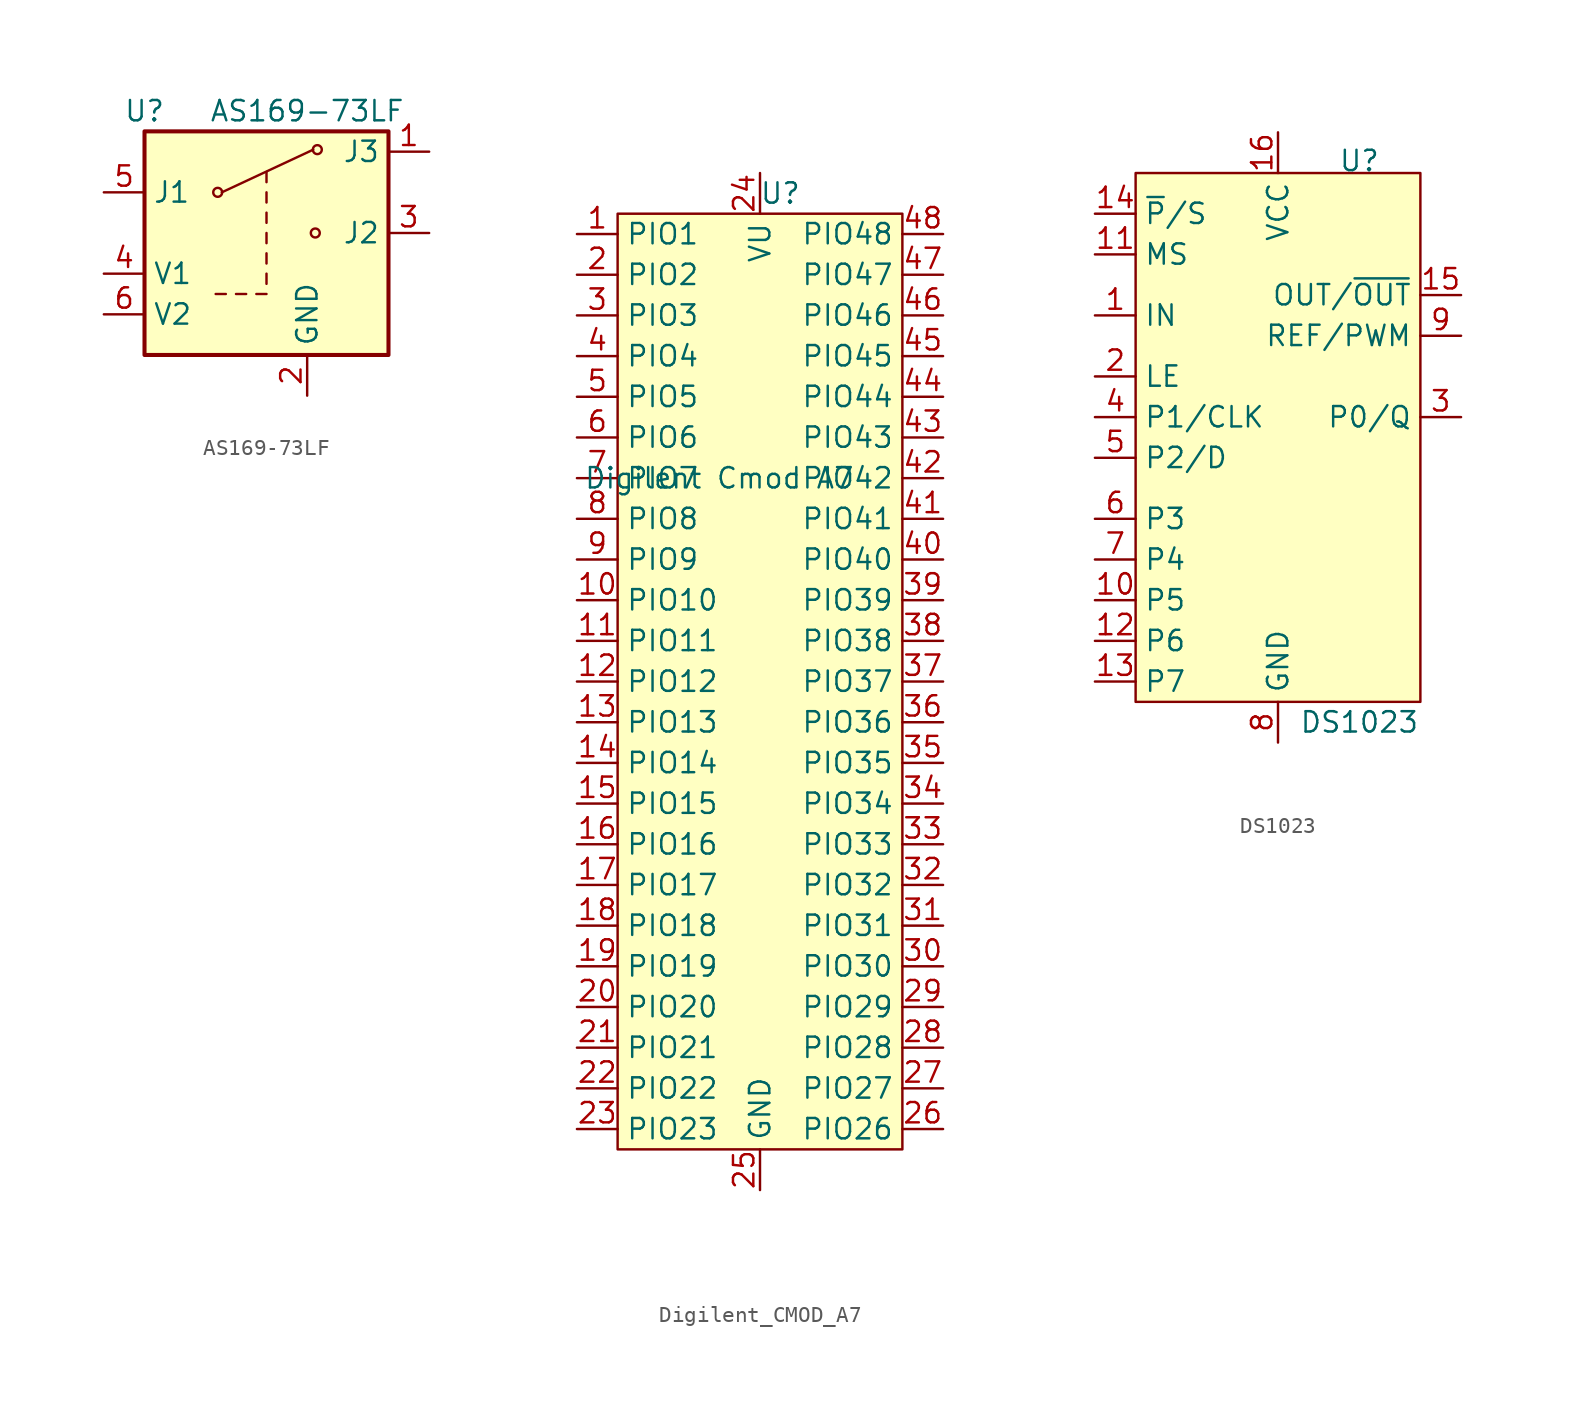
<source format=kicad_sym>
(kicad_symbol_lib
  (version 20231120)
  (generator "kicad_symbol_editor")
  (generator_version "8.0")
  (symbol "AS169-73LF"
    (property "Reference" "U"
      (at -7.62 7.62 0)
      (effects (font (size 1.27 1.27))))
    (property "Value" "AS169-73LF"
      (at 2.54 7.62 0)
      (effects (font (size 1.27 1.27))))
    (symbol "AS169-73LF_1_1"
      (rectangle (start -7.62 6.35) (end 7.62 -7.62) (stroke (width 0.254) (type default)) (fill (type background)))
      (circle (center -3.048 2.54) (radius 0.279) (stroke (width 0) (type default)) (fill (type none)))
      (polyline (pts (xy -3.175 -3.81) (xy -2.54 -3.81)) (stroke (width 0) (type default)) (fill (type none)))
      (polyline (pts (xy -2.794 2.54) (xy 2.921 5.207)) (stroke (width 0) (type default)) (fill (type none)))
      (polyline (pts (xy -1.905 -3.81) (xy -1.27 -3.81)) (stroke (width 0) (type default)) (fill (type none)))
      (polyline (pts (xy -0.635 -3.81) (xy 0 -3.81)) (stroke (width 0) (type default)) (fill (type none)))
      (polyline (pts (xy 0 -3.175) (xy 0 -2.54)) (stroke (width 0) (type default)) (fill (type none)))
      (polyline (pts (xy 0 -1.905) (xy 0 -1.27)) (stroke (width 0) (type default)) (fill (type none)))
      (polyline (pts (xy 0 -0.635) (xy 0 0)) (stroke (width 0) (type default)) (fill (type none)))
      (polyline (pts (xy 0 0.635) (xy 0 1.27)) (stroke (width 0) (type default)) (fill (type none)))
      (polyline (pts (xy 0 1.905) (xy 0 2.54)) (stroke (width 0) (type default)) (fill (type none)))
      (polyline (pts (xy 0 3.175) (xy 0 3.81)) (stroke (width 0) (type default)) (fill (type none)))
      (circle (center 3.048 0) (radius 0.279) (stroke (width 0) (type default)) (fill (type none)))
      (circle (center 3.175 5.207) (radius 0.279) (stroke (width 0) (type default)) (fill (type none)))
      (pin passive line (at 10.16 5.08 180) (length 2.54) (name "J3" (effects (font (size 1.27 1.27)))) (number "1" (effects (font (size 1.27 1.27)))))
      (pin power_in line (at 2.54 -10.16 90) (length 2.54) (name "GND" (effects (font (size 1.27 1.27)))) (number "2" (effects (font (size 1.27 1.27)))))
      (pin passive line (at 10.16 0 180) (length 2.54) (name "J2" (effects (font (size 1.27 1.27)))) (number "3" (effects (font (size 1.27 1.27)))))
      (pin input line (at -10.16 -2.54 0) (length 2.54) (name "V1" (effects (font (size 1.27 1.27)))) (number "4" (effects (font (size 1.27 1.27)))))
      (pin passive line (at -10.16 2.54 0) (length 2.54) (name "J1" (effects (font (size 1.27 1.27)))) (number "5" (effects (font (size 1.27 1.27)))))
      (pin input line (at -10.16 -5.08 0) (length 2.54) (name "V2" (effects (font (size 1.27 1.27)))) (number "6" (effects (font (size 1.27 1.27)))))))
  (symbol "Digilent_CMOD_A7"
    (property "Reference" "U"
      (at 1.27 30.48 0)
      (effects (font (size 1.27 1.27))))
    (property "Value" "Digilent Cmod A7"
      (at -2.54 12.7 0)
      (effects (font (size 1.27 1.27))))
    (symbol "Digilent_CMOD_A7_1_1"
      (rectangle (start -8.89 29.21) (end 8.89 -29.21) (stroke (width 0) (type default)) (fill (type background)))
      (pin bidirectional line (at -11.43 27.94 0) (length 2.54) (name "PIO1" (effects (font (size 1.27 1.27)))) (number "1" (effects (font (size 1.27 1.27)))))
      (pin bidirectional line (at -11.43 5.08 0) (length 2.54) (name "PIO10" (effects (font (size 1.27 1.27)))) (number "10" (effects (font (size 1.27 1.27)))))
      (pin bidirectional line (at -11.43 2.54 0) (length 2.54) (name "PIO11" (effects (font (size 1.27 1.27)))) (number "11" (effects (font (size 1.27 1.27)))))
      (pin bidirectional line (at -11.43 0 0) (length 2.54) (name "PIO12" (effects (font (size 1.27 1.27)))) (number "12" (effects (font (size 1.27 1.27)))))
      (pin bidirectional line (at -11.43 -2.54 0) (length 2.54) (name "PIO13" (effects (font (size 1.27 1.27)))) (number "13" (effects (font (size 1.27 1.27)))))
      (pin bidirectional line (at -11.43 -5.08 0) (length 2.54) (name "PIO14" (effects (font (size 1.27 1.27)))) (number "14" (effects (font (size 1.27 1.27)))))
      (pin bidirectional line (at -11.43 -7.62 0) (length 2.54) (name "PIO15" (effects (font (size 1.27 1.27)))) (number "15" (effects (font (size 1.27 1.27)))))
      (pin bidirectional line (at -11.43 -10.16 0) (length 2.54) (name "PIO16" (effects (font (size 1.27 1.27)))) (number "16" (effects (font (size 1.27 1.27)))))
      (pin bidirectional line (at -11.43 -12.7 0) (length 2.54) (name "PIO17" (effects (font (size 1.27 1.27)))) (number "17" (effects (font (size 1.27 1.27)))))
      (pin bidirectional line (at -11.43 -15.24 0) (length 2.54) (name "PIO18" (effects (font (size 1.27 1.27)))) (number "18" (effects (font (size 1.27 1.27)))))
      (pin bidirectional line (at -11.43 -17.78 0) (length 2.54) (name "PIO19" (effects (font (size 1.27 1.27)))) (number "19" (effects (font (size 1.27 1.27)))))
      (pin bidirectional line (at -11.43 25.4 0) (length 2.54) (name "PIO2" (effects (font (size 1.27 1.27)))) (number "2" (effects (font (size 1.27 1.27)))))
      (pin bidirectional line (at -11.43 -20.32 0) (length 2.54) (name "PIO20" (effects (font (size 1.27 1.27)))) (number "20" (effects (font (size 1.27 1.27)))))
      (pin bidirectional line (at -11.43 -22.86 0) (length 2.54) (name "PIO21" (effects (font (size 1.27 1.27)))) (number "21" (effects (font (size 1.27 1.27)))))
      (pin bidirectional line (at -11.43 -25.4 0) (length 2.54) (name "PIO22" (effects (font (size 1.27 1.27)))) (number "22" (effects (font (size 1.27 1.27)))))
      (pin bidirectional line (at -11.43 -27.94 0) (length 2.54) (name "PIO23" (effects (font (size 1.27 1.27)))) (number "23" (effects (font (size 1.27 1.27)))))
      (pin power_in line (at 0 31.75 270) (length 2.54) (name "VU" (effects (font (size 1.27 1.27)))) (number "24" (effects (font (size 1.27 1.27)))))
      (pin power_in line (at 0 -31.75 90) (length 2.54) (name "GND" (effects (font (size 1.27 1.27)))) (number "25" (effects (font (size 1.27 1.27)))))
      (pin bidirectional line (at 11.43 -27.94 180) (length 2.54) (name "PIO26" (effects (font (size 1.27 1.27)))) (number "26" (effects (font (size 1.27 1.27)))))
      (pin bidirectional line (at 11.43 -25.4 180) (length 2.54) (name "PIO27" (effects (font (size 1.27 1.27)))) (number "27" (effects (font (size 1.27 1.27)))))
      (pin bidirectional line (at 11.43 -22.86 180) (length 2.54) (name "PIO28" (effects (font (size 1.27 1.27)))) (number "28" (effects (font (size 1.27 1.27)))))
      (pin bidirectional line (at 11.43 -20.32 180) (length 2.54) (name "PIO29" (effects (font (size 1.27 1.27)))) (number "29" (effects (font (size 1.27 1.27)))))
      (pin bidirectional line (at -11.43 22.86 0) (length 2.54) (name "PIO3" (effects (font (size 1.27 1.27)))) (number "3" (effects (font (size 1.27 1.27)))))
      (pin bidirectional line (at 11.43 -17.78 180) (length 2.54) (name "PIO30" (effects (font (size 1.27 1.27)))) (number "30" (effects (font (size 1.27 1.27)))))
      (pin bidirectional line (at 11.43 -15.24 180) (length 2.54) (name "PIO31" (effects (font (size 1.27 1.27)))) (number "31" (effects (font (size 1.27 1.27)))))
      (pin bidirectional line (at 11.43 -12.7 180) (length 2.54) (name "PIO32" (effects (font (size 1.27 1.27)))) (number "32" (effects (font (size 1.27 1.27)))))
      (pin bidirectional line (at 11.43 -10.16 180) (length 2.54) (name "PIO33" (effects (font (size 1.27 1.27)))) (number "33" (effects (font (size 1.27 1.27)))))
      (pin bidirectional line (at 11.43 -7.62 180) (length 2.54) (name "PIO34" (effects (font (size 1.27 1.27)))) (number "34" (effects (font (size 1.27 1.27)))))
      (pin bidirectional line (at 11.43 -5.08 180) (length 2.54) (name "PIO35" (effects (font (size 1.27 1.27)))) (number "35" (effects (font (size 1.27 1.27)))))
      (pin bidirectional line (at 11.43 -2.54 180) (length 2.54) (name "PIO36" (effects (font (size 1.27 1.27)))) (number "36" (effects (font (size 1.27 1.27)))))
      (pin bidirectional line (at 11.43 0 180) (length 2.54) (name "PIO37" (effects (font (size 1.27 1.27)))) (number "37" (effects (font (size 1.27 1.27)))))
      (pin bidirectional line (at 11.43 2.54 180) (length 2.54) (name "PIO38" (effects (font (size 1.27 1.27)))) (number "38" (effects (font (size 1.27 1.27)))))
      (pin bidirectional line (at 11.43 5.08 180) (length 2.54) (name "PIO39" (effects (font (size 1.27 1.27)))) (number "39" (effects (font (size 1.27 1.27)))))
      (pin bidirectional line (at -11.43 20.32 0) (length 2.54) (name "PIO4" (effects (font (size 1.27 1.27)))) (number "4" (effects (font (size 1.27 1.27)))))
      (pin bidirectional line (at 11.43 7.62 180) (length 2.54) (name "PIO40" (effects (font (size 1.27 1.27)))) (number "40" (effects (font (size 1.27 1.27)))))
      (pin bidirectional line (at 11.43 10.16 180) (length 2.54) (name "PIO41" (effects (font (size 1.27 1.27)))) (number "41" (effects (font (size 1.27 1.27)))))
      (pin bidirectional line (at 11.43 12.7 180) (length 2.54) (name "PIO42" (effects (font (size 1.27 1.27)))) (number "42" (effects (font (size 1.27 1.27)))))
      (pin bidirectional line (at 11.43 15.24 180) (length 2.54) (name "PIO43" (effects (font (size 1.27 1.27)))) (number "43" (effects (font (size 1.27 1.27)))))
      (pin bidirectional line (at 11.43 17.78 180) (length 2.54) (name "PIO44" (effects (font (size 1.27 1.27)))) (number "44" (effects (font (size 1.27 1.27)))))
      (pin bidirectional line (at 11.43 20.32 180) (length 2.54) (name "PIO45" (effects (font (size 1.27 1.27)))) (number "45" (effects (font (size 1.27 1.27)))))
      (pin bidirectional line (at 11.43 22.86 180) (length 2.54) (name "PIO46" (effects (font (size 1.27 1.27)))) (number "46" (effects (font (size 1.27 1.27)))))
      (pin bidirectional line (at 11.43 25.4 180) (length 2.54) (name "PIO47" (effects (font (size 1.27 1.27)))) (number "47" (effects (font (size 1.27 1.27)))))
      (pin bidirectional line (at 11.43 27.94 180) (length 2.54) (name "PIO48" (effects (font (size 1.27 1.27)))) (number "48" (effects (font (size 1.27 1.27)))))
      (pin bidirectional line (at -11.43 17.78 0) (length 2.54) (name "PIO5" (effects (font (size 1.27 1.27)))) (number "5" (effects (font (size 1.27 1.27)))))
      (pin bidirectional line (at -11.43 15.24 0) (length 2.54) (name "PIO6" (effects (font (size 1.27 1.27)))) (number "6" (effects (font (size 1.27 1.27)))))
      (pin bidirectional line (at -11.43 12.7 0) (length 2.54) (name "PIO7" (effects (font (size 1.27 1.27)))) (number "7" (effects (font (size 1.27 1.27)))))
      (pin bidirectional line (at -11.43 10.16 0) (length 2.54) (name "PIO8" (effects (font (size 1.27 1.27)))) (number "8" (effects (font (size 1.27 1.27)))))
      (pin bidirectional line (at -11.43 7.62 0) (length 2.54) (name "PIO9" (effects (font (size 1.27 1.27)))) (number "9" (effects (font (size 1.27 1.27)))))))
  (symbol "DS1023"
    (property "Reference" "U"
      (at 5.08 16.002 0)
      (effects (font (size 1.27 1.27))))
    (property "Value" "DS1023"
      (at 5.08 -19.05 0)
      (effects (font (size 1.27 1.27))))
    (symbol "DS1023_1_1"
      (rectangle (start -8.89 15.24) (end 8.89 -17.78) (stroke (width 0) (type default)) (fill (type background)))
      (pin input line (at -11.43 6.35 0) (length 2.54) (name "IN" (effects (font (size 1.27 1.27)))) (number "1" (effects (font (size 1.27 1.27)))))
      (pin input line (at -11.43 -11.43 0) (length 2.54) (name "P5" (effects (font (size 1.27 1.27)))) (number "10" (effects (font (size 1.27 1.27)))))
      (pin input line (at -11.43 10.16 0) (length 2.54) (name "MS" (effects (font (size 1.27 1.27)))) (number "11" (effects (font (size 1.27 1.27)))))
      (pin input line (at -11.43 -13.97 0) (length 2.54) (name "P6" (effects (font (size 1.27 1.27)))) (number "12" (effects (font (size 1.27 1.27)))))
      (pin input line (at -11.43 -16.51 0) (length 2.54) (name "P7" (effects (font (size 1.27 1.27)))) (number "13" (effects (font (size 1.27 1.27)))))
      (pin input line (at -11.43 12.7 0) (length 2.54) (name "~{P}/S" (effects (font (size 1.27 1.27)))) (number "14" (effects (font (size 1.27 1.27)))))
      (pin output line (at 11.43 7.62 180) (length 2.54) (name "OUT/~{OUT}" (effects (font (size 1.27 1.27)))) (number "15" (effects (font (size 1.27 1.27)))))
      (pin power_in line (at 0 17.78 270) (length 2.54) (name "VCC" (effects (font (size 1.27 1.27)))) (number "16" (effects (font (size 1.27 1.27)))))
      (pin input line (at -11.43 2.54 0) (length 2.54) (name "LE" (effects (font (size 1.27 1.27)))) (number "2" (effects (font (size 1.27 1.27)))))
      (pin bidirectional line (at 11.43 0 180) (length 2.54) (name "P0/Q" (effects (font (size 1.27 1.27)))) (number "3" (effects (font (size 1.27 1.27)))))
      (pin input line (at -11.43 0 0) (length 2.54) (name "P1/CLK" (effects (font (size 1.27 1.27)))) (number "4" (effects (font (size 1.27 1.27)))))
      (pin input line (at -11.43 -2.54 0) (length 2.54) (name "P2/D" (effects (font (size 1.27 1.27)))) (number "5" (effects (font (size 1.27 1.27)))))
      (pin input line (at -11.43 -6.35 0) (length 2.54) (name "P3" (effects (font (size 1.27 1.27)))) (number "6" (effects (font (size 1.27 1.27)))))
      (pin input line (at -11.43 -8.89 0) (length 2.54) (name "P4" (effects (font (size 1.27 1.27)))) (number "7" (effects (font (size 1.27 1.27)))))
      (pin power_in line (at 0 -20.32 90) (length 2.54) (name "GND" (effects (font (size 1.27 1.27)))) (number "8" (effects (font (size 1.27 1.27)))))
      (pin output line (at 11.43 5.08 180) (length 2.54) (name "REF/PWM" (effects (font (size 1.27 1.27)))) (number "9" (effects (font (size 1.27 1.27))))))))
</source>
